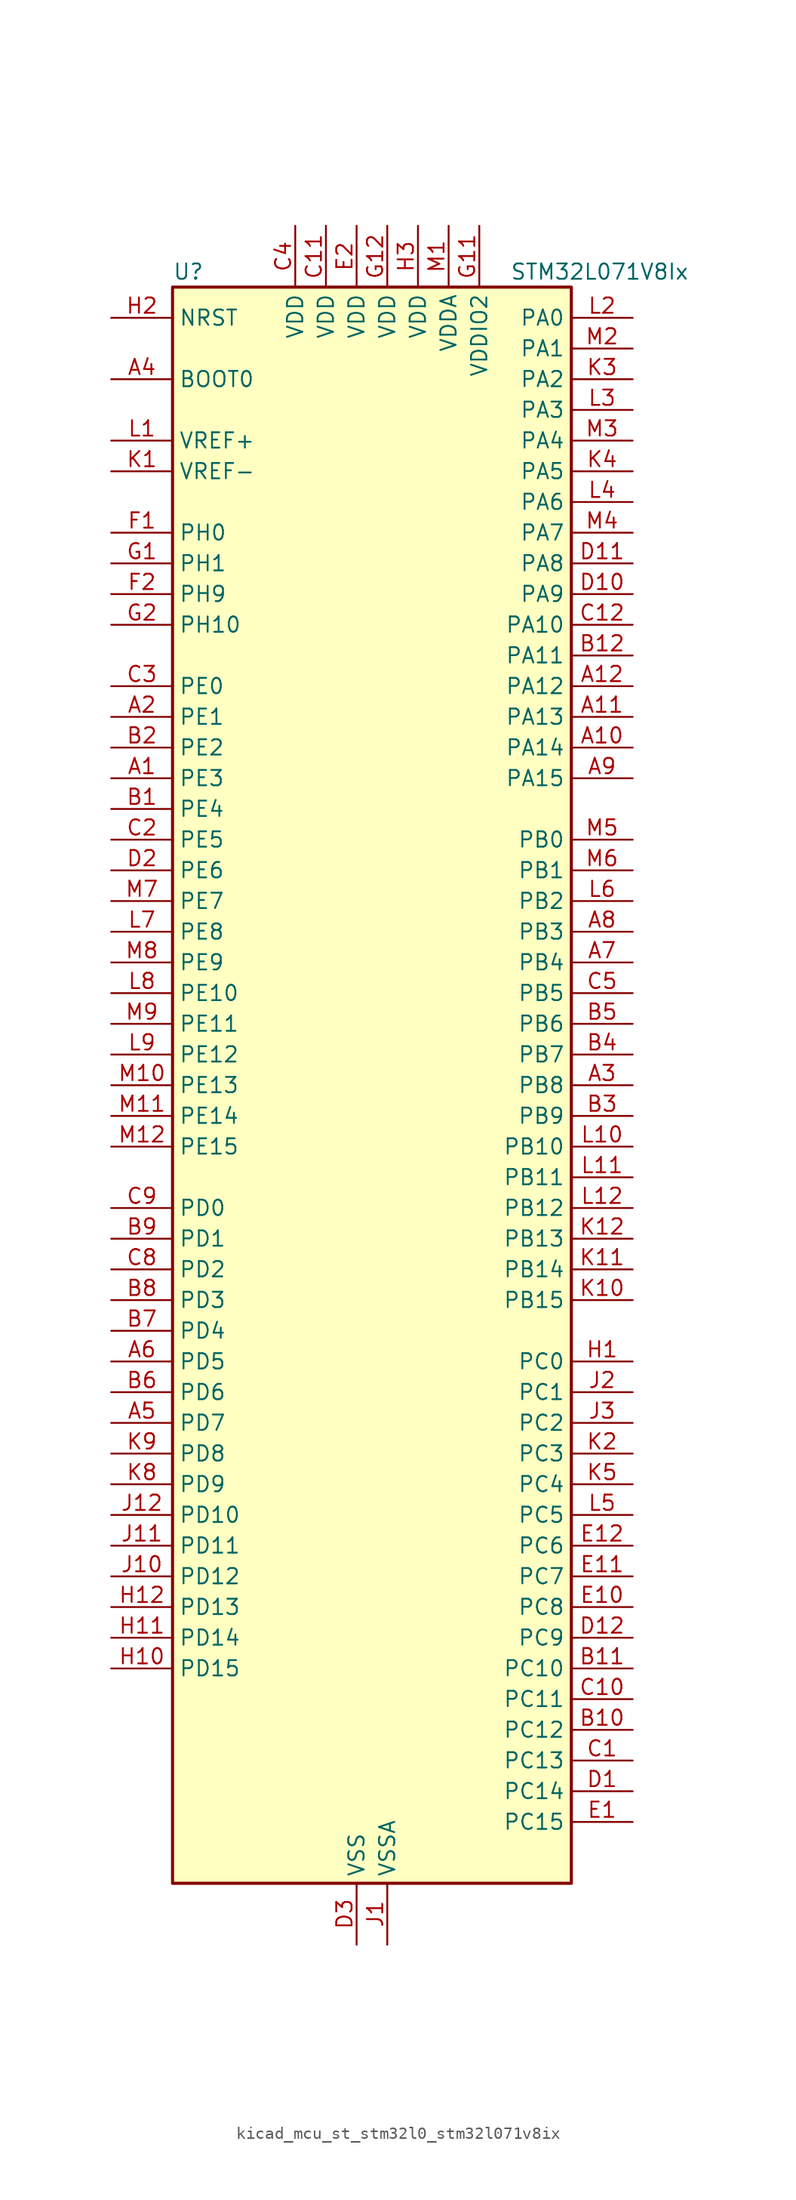
<source format=kicad_sym>
(kicad_symbol_lib
  (version 20220914)
  (generator kicad_symbol_editor)
  (symbol "kicad_mcu_st_stm32l0_stm32l071v8ix"
    (property "Reference" "U"
      (at -15.24 67.31 0)
      (effects (font (size 1.27 1.27)) (justify left)))
    (property "Value" "STM32L071V8Ix"
      (at 12.7 67.31 0)
      (effects (font (size 1.27 1.27)) (justify left)))
    (property "ki_locked" ""
      (at 0 0 0)
      (effects (font (size 1.27 1.27))))
    (symbol "kicad_mcu_st_stm32l0_stm32l071v8ix_0_1"
      (rectangle (start -15.24 -66.04) (end 17.78 66.04) (stroke (width 0.254) (type default)) (fill (type background))))
    (symbol "kicad_mcu_st_stm32l0_stm32l071v8ix_1_1"
      (pin bidirectional line (at -20.32 25.4 0) (length 5.08) (name "PE3" (effects (font (size 1.27 1.27)))) (number "A1" (effects (font (size 1.27 1.27)))) (alternate "TIM22_CH1" bidirectional line) (alternate "TIM3_CH1" bidirectional line))
      (pin bidirectional line (at 22.86 27.94 180) (length 5.08) (name "PA14" (effects (font (size 1.27 1.27)))) (number "A10" (effects (font (size 1.27 1.27)))) (alternate "LPUART1_TX" bidirectional line) (alternate "SYS_SWCLK" bidirectional line) (alternate "USART2_TX" bidirectional line))
      (pin bidirectional line (at 22.86 30.48 180) (length 5.08) (name "PA13" (effects (font (size 1.27 1.27)))) (number "A11" (effects (font (size 1.27 1.27)))) (alternate "LPUART1_RX" bidirectional line) (alternate "SYS_SWDIO" bidirectional line))
      (pin bidirectional line (at 22.86 33.02 180) (length 5.08) (name "PA12" (effects (font (size 1.27 1.27)))) (number "A12" (effects (font (size 1.27 1.27)))) (alternate "COMP2_OUT" bidirectional line) (alternate "SPI1_MOSI" bidirectional line) (alternate "USART1_DE" bidirectional line) (alternate "USART1_RTS" bidirectional line))
      (pin bidirectional line (at -20.32 30.48 0) (length 5.08) (name "PE1" (effects (font (size 1.27 1.27)))) (number "A2" (effects (font (size 1.27 1.27)))))
      (pin bidirectional line (at 22.86 0 180) (length 5.08) (name "PB8" (effects (font (size 1.27 1.27)))) (number "A3" (effects (font (size 1.27 1.27)))) (alternate "I2C1_SCL" bidirectional line))
      (pin input line (at -20.32 58.42 0) (length 5.08) (name "BOOT0" (effects (font (size 1.27 1.27)))) (number "A4" (effects (font (size 1.27 1.27)))))
      (pin bidirectional line (at -20.32 -27.94 0) (length 5.08) (name "PD7" (effects (font (size 1.27 1.27)))) (number "A5" (effects (font (size 1.27 1.27)))) (alternate "TIM21_CH2" bidirectional line) (alternate "USART2_CK" bidirectional line))
      (pin bidirectional line (at -20.32 -22.86 0) (length 5.08) (name "PD5" (effects (font (size 1.27 1.27)))) (number "A6" (effects (font (size 1.27 1.27)))) (alternate "USART2_TX" bidirectional line))
      (pin bidirectional line (at 22.86 10.16 180) (length 5.08) (name "PB4" (effects (font (size 1.27 1.27)))) (number "A7" (effects (font (size 1.27 1.27)))) (alternate "COMP2_INP" bidirectional line) (alternate "I2C3_SDA" bidirectional line) (alternate "SPI1_MISO" bidirectional line) (alternate "TIM22_CH1" bidirectional line) (alternate "TIM3_CH1" bidirectional line) (alternate "USART1_CTS" bidirectional line) (alternate "USART5_RX" bidirectional line))
      (pin bidirectional line (at 22.86 12.7 180) (length 5.08) (name "PB3" (effects (font (size 1.27 1.27)))) (number "A8" (effects (font (size 1.27 1.27)))) (alternate "COMP2_INM" bidirectional line) (alternate "SPI1_SCK" bidirectional line) (alternate "TIM2_CH2" bidirectional line) (alternate "USART1_DE" bidirectional line) (alternate "USART1_RTS" bidirectional line) (alternate "USART5_TX" bidirectional line))
      (pin bidirectional line (at 22.86 25.4 180) (length 5.08) (name "PA15" (effects (font (size 1.27 1.27)))) (number "A9" (effects (font (size 1.27 1.27)))) (alternate "SPI1_NSS" bidirectional line) (alternate "TIM2_CH1" bidirectional line) (alternate "TIM2_ETR" bidirectional line) (alternate "USART2_RX" bidirectional line) (alternate "USART4_DE" bidirectional line) (alternate "USART4_RTS" bidirectional line))
      (pin bidirectional line (at -20.32 22.86 0) (length 5.08) (name "PE4" (effects (font (size 1.27 1.27)))) (number "B1" (effects (font (size 1.27 1.27)))) (alternate "TIM22_CH2" bidirectional line) (alternate "TIM3_CH2" bidirectional line))
      (pin bidirectional line (at 22.86 -53.34 180) (length 5.08) (name "PC12" (effects (font (size 1.27 1.27)))) (number "B10" (effects (font (size 1.27 1.27)))) (alternate "USART4_CK" bidirectional line) (alternate "USART5_TX" bidirectional line))
      (pin bidirectional line (at 22.86 -48.26 180) (length 5.08) (name "PC10" (effects (font (size 1.27 1.27)))) (number "B11" (effects (font (size 1.27 1.27)))) (alternate "LPUART1_TX" bidirectional line) (alternate "USART4_TX" bidirectional line))
      (pin bidirectional line (at 22.86 35.56 180) (length 5.08) (name "PA11" (effects (font (size 1.27 1.27)))) (number "B12" (effects (font (size 1.27 1.27)))) (alternate "ADC_EXTI11" bidirectional line) (alternate "COMP1_OUT" bidirectional line) (alternate "SPI1_MISO" bidirectional line) (alternate "USART1_CTS" bidirectional line))
      (pin bidirectional line (at -20.32 27.94 0) (length 5.08) (name "PE2" (effects (font (size 1.27 1.27)))) (number "B2" (effects (font (size 1.27 1.27)))) (alternate "TIM3_ETR" bidirectional line))
      (pin bidirectional line (at 22.86 -2.54 180) (length 5.08) (name "PB9" (effects (font (size 1.27 1.27)))) (number "B3" (effects (font (size 1.27 1.27)))) (alternate "I2C1_SDA" bidirectional line) (alternate "I2S2_WS" bidirectional line) (alternate "SPI2_NSS" bidirectional line))
      (pin bidirectional line (at 22.86 2.54 180) (length 5.08) (name "PB7" (effects (font (size 1.27 1.27)))) (number "B4" (effects (font (size 1.27 1.27)))) (alternate "COMP2_INP" bidirectional line) (alternate "I2C1_SDA" bidirectional line) (alternate "LPTIM1_IN2" bidirectional line) (alternate "SYS_PVD_IN" bidirectional line) (alternate "USART1_RX" bidirectional line) (alternate "USART4_CTS" bidirectional line))
      (pin bidirectional line (at 22.86 5.08 180) (length 5.08) (name "PB6" (effects (font (size 1.27 1.27)))) (number "B5" (effects (font (size 1.27 1.27)))) (alternate "COMP2_INP" bidirectional line) (alternate "I2C1_SCL" bidirectional line) (alternate "LPTIM1_ETR" bidirectional line) (alternate "USART1_TX" bidirectional line))
      (pin bidirectional line (at -20.32 -25.4 0) (length 5.08) (name "PD6" (effects (font (size 1.27 1.27)))) (number "B6" (effects (font (size 1.27 1.27)))) (alternate "USART2_RX" bidirectional line))
      (pin bidirectional line (at -20.32 -20.32 0) (length 5.08) (name "PD4" (effects (font (size 1.27 1.27)))) (number "B7" (effects (font (size 1.27 1.27)))) (alternate "I2S2_SD" bidirectional line) (alternate "SPI2_MOSI" bidirectional line) (alternate "USART2_DE" bidirectional line) (alternate "USART2_RTS" bidirectional line))
      (pin bidirectional line (at -20.32 -17.78 0) (length 5.08) (name "PD3" (effects (font (size 1.27 1.27)))) (number "B8" (effects (font (size 1.27 1.27)))) (alternate "I2S2_MCK" bidirectional line) (alternate "SPI2_MISO" bidirectional line) (alternate "USART2_CTS" bidirectional line))
      (pin bidirectional line (at -20.32 -12.7 0) (length 5.08) (name "PD1" (effects (font (size 1.27 1.27)))) (number "B9" (effects (font (size 1.27 1.27)))) (alternate "I2S2_CK" bidirectional line) (alternate "SPI2_SCK" bidirectional line))
      (pin bidirectional line (at 22.86 -55.88 180) (length 5.08) (name "PC13" (effects (font (size 1.27 1.27)))) (number "C1" (effects (font (size 1.27 1.27)))) (alternate "RTC_OUT_ALARM" bidirectional line) (alternate "RTC_OUT_CALIB" bidirectional line) (alternate "RTC_TAMP1" bidirectional line) (alternate "RTC_TS" bidirectional line) (alternate "SYS_WKUP2" bidirectional line))
      (pin bidirectional line (at 22.86 -50.8 180) (length 5.08) (name "PC11" (effects (font (size 1.27 1.27)))) (number "C10" (effects (font (size 1.27 1.27)))) (alternate "ADC_EXTI11" bidirectional line) (alternate "LPUART1_RX" bidirectional line) (alternate "USART4_RX" bidirectional line))
      (pin power_in line (at -2.54 71.12 270) (length 5.08) (name "VDD" (effects (font (size 1.27 1.27)))) (number "C11" (effects (font (size 1.27 1.27)))))
      (pin bidirectional line (at 22.86 38.1 180) (length 5.08) (name "PA10" (effects (font (size 1.27 1.27)))) (number "C12" (effects (font (size 1.27 1.27)))) (alternate "I2C1_SDA" bidirectional line) (alternate "USART1_RX" bidirectional line))
      (pin bidirectional line (at -20.32 20.32 0) (length 5.08) (name "PE5" (effects (font (size 1.27 1.27)))) (number "C2" (effects (font (size 1.27 1.27)))) (alternate "TIM21_CH1" bidirectional line) (alternate "TIM3_CH3" bidirectional line))
      (pin bidirectional line (at -20.32 33.02 0) (length 5.08) (name "PE0" (effects (font (size 1.27 1.27)))) (number "C3" (effects (font (size 1.27 1.27)))))
      (pin power_in line (at -5.08 71.12 270) (length 5.08) (name "VDD" (effects (font (size 1.27 1.27)))) (number "C4" (effects (font (size 1.27 1.27)))))
      (pin bidirectional line (at 22.86 7.62 180) (length 5.08) (name "PB5" (effects (font (size 1.27 1.27)))) (number "C5" (effects (font (size 1.27 1.27)))) (alternate "COMP2_INP" bidirectional line) (alternate "I2C1_SMBA" bidirectional line) (alternate "LPTIM1_IN1" bidirectional line) (alternate "SPI1_MOSI" bidirectional line) (alternate "TIM22_CH2" bidirectional line) (alternate "TIM3_CH2" bidirectional line) (alternate "USART1_CK" bidirectional line) (alternate "USART5_CK" bidirectional line) (alternate "USART5_DE" bidirectional line) (alternate "USART5_RTS" bidirectional line))
      (pin bidirectional line (at -20.32 -15.24 0) (length 5.08) (name "PD2" (effects (font (size 1.27 1.27)))) (number "C8" (effects (font (size 1.27 1.27)))) (alternate "LPUART1_DE" bidirectional line) (alternate "LPUART1_RTS" bidirectional line) (alternate "TIM3_ETR" bidirectional line) (alternate "USART5_RX" bidirectional line))
      (pin bidirectional line (at -20.32 -10.16 0) (length 5.08) (name "PD0" (effects (font (size 1.27 1.27)))) (number "C9" (effects (font (size 1.27 1.27)))) (alternate "I2S2_WS" bidirectional line) (alternate "SPI2_NSS" bidirectional line) (alternate "TIM21_CH1" bidirectional line))
      (pin bidirectional line (at 22.86 -58.42 180) (length 5.08) (name "PC14" (effects (font (size 1.27 1.27)))) (number "D1" (effects (font (size 1.27 1.27)))) (alternate "RCC_OSC32_IN" bidirectional line))
      (pin bidirectional line (at 22.86 40.64 180) (length 5.08) (name "PA9" (effects (font (size 1.27 1.27)))) (number "D10" (effects (font (size 1.27 1.27)))) (alternate "I2C1_SCL" bidirectional line) (alternate "I2C3_SMBA" bidirectional line) (alternate "RCC_MCO" bidirectional line) (alternate "USART1_TX" bidirectional line))
      (pin bidirectional line (at 22.86 43.18 180) (length 5.08) (name "PA8" (effects (font (size 1.27 1.27)))) (number "D11" (effects (font (size 1.27 1.27)))) (alternate "I2C3_SCL" bidirectional line) (alternate "RCC_MCO" bidirectional line) (alternate "USART1_CK" bidirectional line))
      (pin bidirectional line (at 22.86 -45.72 180) (length 5.08) (name "PC9" (effects (font (size 1.27 1.27)))) (number "D12" (effects (font (size 1.27 1.27)))) (alternate "I2C3_SDA" bidirectional line) (alternate "TIM21_ETR" bidirectional line) (alternate "TIM3_CH4" bidirectional line))
      (pin bidirectional line (at -20.32 17.78 0) (length 5.08) (name "PE6" (effects (font (size 1.27 1.27)))) (number "D2" (effects (font (size 1.27 1.27)))) (alternate "RTC_TAMP3" bidirectional line) (alternate "SYS_WKUP3" bidirectional line) (alternate "TIM21_CH2" bidirectional line) (alternate "TIM3_CH4" bidirectional line))
      (pin power_in line (at 0 -71.12 90) (length 5.08) (name "VSS" (effects (font (size 1.27 1.27)))) (number "D3" (effects (font (size 1.27 1.27)))))
      (pin bidirectional line (at 22.86 -60.96 180) (length 5.08) (name "PC15" (effects (font (size 1.27 1.27)))) (number "E1" (effects (font (size 1.27 1.27)))) (alternate "RCC_OSC32_OUT" bidirectional line))
      (pin bidirectional line (at 22.86 -43.18 180) (length 5.08) (name "PC8" (effects (font (size 1.27 1.27)))) (number "E10" (effects (font (size 1.27 1.27)))) (alternate "TIM22_ETR" bidirectional line) (alternate "TIM3_CH3" bidirectional line))
      (pin bidirectional line (at 22.86 -40.64 180) (length 5.08) (name "PC7" (effects (font (size 1.27 1.27)))) (number "E11" (effects (font (size 1.27 1.27)))) (alternate "TIM22_CH2" bidirectional line) (alternate "TIM3_CH2" bidirectional line))
      (pin bidirectional line (at 22.86 -38.1 180) (length 5.08) (name "PC6" (effects (font (size 1.27 1.27)))) (number "E12" (effects (font (size 1.27 1.27)))) (alternate "TIM22_CH1" bidirectional line) (alternate "TIM3_CH1" bidirectional line))
      (pin power_in line (at 0 71.12 270) (length 5.08) (name "VDD" (effects (font (size 1.27 1.27)))) (number "E2" (effects (font (size 1.27 1.27)))))
      (pin passive line (at 0 -71.12 90) (length 5.08) hide (name "VSS" (effects (font (size 1.27 1.27)))) (number "E3" (effects (font (size 1.27 1.27)))))
      (pin bidirectional line (at -20.32 45.72 0) (length 5.08) (name "PH0" (effects (font (size 1.27 1.27)))) (number "F1" (effects (font (size 1.27 1.27)))) (alternate "RCC_OSC_IN" bidirectional line))
      (pin passive line (at 0 -71.12 90) (length 5.08) hide (name "VSS" (effects (font (size 1.27 1.27)))) (number "F11" (effects (font (size 1.27 1.27)))))
      (pin passive line (at 0 -71.12 90) (length 5.08) hide (name "VSS" (effects (font (size 1.27 1.27)))) (number "F12" (effects (font (size 1.27 1.27)))))
      (pin bidirectional line (at -20.32 40.64 0) (length 5.08) (name "PH9" (effects (font (size 1.27 1.27)))) (number "F2" (effects (font (size 1.27 1.27)))))
      (pin bidirectional line (at -20.32 43.18 0) (length 5.08) (name "PH1" (effects (font (size 1.27 1.27)))) (number "G1" (effects (font (size 1.27 1.27)))) (alternate "RCC_OSC_OUT" bidirectional line))
      (pin power_in line (at 10.16 71.12 270) (length 5.08) (name "VDDIO2" (effects (font (size 1.27 1.27)))) (number "G11" (effects (font (size 1.27 1.27)))))
      (pin power_in line (at 2.54 71.12 270) (length 5.08) (name "VDD" (effects (font (size 1.27 1.27)))) (number "G12" (effects (font (size 1.27 1.27)))))
      (pin bidirectional line (at -20.32 38.1 0) (length 5.08) (name "PH10" (effects (font (size 1.27 1.27)))) (number "G2" (effects (font (size 1.27 1.27)))))
      (pin bidirectional line (at 22.86 -22.86 180) (length 5.08) (name "PC0" (effects (font (size 1.27 1.27)))) (number "H1" (effects (font (size 1.27 1.27)))) (alternate "ADC_IN10" bidirectional line) (alternate "I2C3_SCL" bidirectional line) (alternate "LPTIM1_IN1" bidirectional line) (alternate "LPUART1_RX" bidirectional line))
      (pin bidirectional line (at -20.32 -48.26 0) (length 5.08) (name "PD15" (effects (font (size 1.27 1.27)))) (number "H10" (effects (font (size 1.27 1.27)))))
      (pin bidirectional line (at -20.32 -45.72 0) (length 5.08) (name "PD14" (effects (font (size 1.27 1.27)))) (number "H11" (effects (font (size 1.27 1.27)))))
      (pin bidirectional line (at -20.32 -43.18 0) (length 5.08) (name "PD13" (effects (font (size 1.27 1.27)))) (number "H12" (effects (font (size 1.27 1.27)))))
      (pin input line (at -20.32 63.5 0) (length 5.08) (name "NRST" (effects (font (size 1.27 1.27)))) (number "H2" (effects (font (size 1.27 1.27)))))
      (pin power_in line (at 5.08 71.12 270) (length 5.08) (name "VDD" (effects (font (size 1.27 1.27)))) (number "H3" (effects (font (size 1.27 1.27)))))
      (pin power_in line (at 2.54 -71.12 90) (length 5.08) (name "VSSA" (effects (font (size 1.27 1.27)))) (number "J1" (effects (font (size 1.27 1.27)))))
      (pin bidirectional line (at -20.32 -40.64 0) (length 5.08) (name "PD12" (effects (font (size 1.27 1.27)))) (number "J10" (effects (font (size 1.27 1.27)))) (alternate "LPUART1_DE" bidirectional line) (alternate "LPUART1_RTS" bidirectional line))
      (pin bidirectional line (at -20.32 -38.1 0) (length 5.08) (name "PD11" (effects (font (size 1.27 1.27)))) (number "J11" (effects (font (size 1.27 1.27)))) (alternate "ADC_EXTI11" bidirectional line) (alternate "LPUART1_CTS" bidirectional line))
      (pin bidirectional line (at -20.32 -35.56 0) (length 5.08) (name "PD10" (effects (font (size 1.27 1.27)))) (number "J12" (effects (font (size 1.27 1.27)))))
      (pin bidirectional line (at 22.86 -25.4 180) (length 5.08) (name "PC1" (effects (font (size 1.27 1.27)))) (number "J2" (effects (font (size 1.27 1.27)))) (alternate "ADC_IN11" bidirectional line) (alternate "I2C3_SDA" bidirectional line) (alternate "LPTIM1_OUT" bidirectional line) (alternate "LPUART1_TX" bidirectional line))
      (pin bidirectional line (at 22.86 -27.94 180) (length 5.08) (name "PC2" (effects (font (size 1.27 1.27)))) (number "J3" (effects (font (size 1.27 1.27)))) (alternate "ADC_IN12" bidirectional line) (alternate "I2S2_MCK" bidirectional line) (alternate "LPTIM1_IN2" bidirectional line) (alternate "SPI2_MISO" bidirectional line))
      (pin input line (at -20.32 50.8 0) (length 5.08) (name "VREF-" (effects (font (size 1.27 1.27)))) (number "K1" (effects (font (size 1.27 1.27)))))
      (pin bidirectional line (at 22.86 -17.78 180) (length 5.08) (name "PB15" (effects (font (size 1.27 1.27)))) (number "K10" (effects (font (size 1.27 1.27)))) (alternate "I2S2_SD" bidirectional line) (alternate "RTC_REFIN" bidirectional line) (alternate "SPI2_MOSI" bidirectional line))
      (pin bidirectional line (at 22.86 -15.24 180) (length 5.08) (name "PB14" (effects (font (size 1.27 1.27)))) (number "K11" (effects (font (size 1.27 1.27)))) (alternate "I2C2_SDA" bidirectional line) (alternate "I2S2_MCK" bidirectional line) (alternate "LPUART1_DE" bidirectional line) (alternate "LPUART1_RTS" bidirectional line) (alternate "RTC_OUT_ALARM" bidirectional line) (alternate "RTC_OUT_CALIB" bidirectional line) (alternate "SPI2_MISO" bidirectional line) (alternate "TIM21_CH2" bidirectional line))
      (pin bidirectional line (at 22.86 -12.7 180) (length 5.08) (name "PB13" (effects (font (size 1.27 1.27)))) (number "K12" (effects (font (size 1.27 1.27)))) (alternate "I2C2_SCL" bidirectional line) (alternate "I2S2_CK" bidirectional line) (alternate "LPUART1_CTS" bidirectional line) (alternate "RCC_MCO" bidirectional line) (alternate "SPI2_SCK" bidirectional line) (alternate "TIM21_CH1" bidirectional line))
      (pin bidirectional line (at 22.86 -30.48 180) (length 5.08) (name "PC3" (effects (font (size 1.27 1.27)))) (number "K2" (effects (font (size 1.27 1.27)))) (alternate "ADC_IN13" bidirectional line) (alternate "I2S2_SD" bidirectional line) (alternate "LPTIM1_ETR" bidirectional line) (alternate "SPI2_MOSI" bidirectional line))
      (pin bidirectional line (at 22.86 58.42 180) (length 5.08) (name "PA2" (effects (font (size 1.27 1.27)))) (number "K3" (effects (font (size 1.27 1.27)))) (alternate "ADC_IN2" bidirectional line) (alternate "COMP2_INM" bidirectional line) (alternate "COMP2_OUT" bidirectional line) (alternate "LPUART1_TX" bidirectional line) (alternate "TIM21_CH1" bidirectional line) (alternate "TIM2_CH3" bidirectional line) (alternate "USART2_TX" bidirectional line))
      (pin bidirectional line (at 22.86 50.8 180) (length 5.08) (name "PA5" (effects (font (size 1.27 1.27)))) (number "K4" (effects (font (size 1.27 1.27)))) (alternate "ADC_IN5" bidirectional line) (alternate "COMP1_INM" bidirectional line) (alternate "COMP2_INM" bidirectional line) (alternate "SPI1_SCK" bidirectional line) (alternate "TIM2_CH1" bidirectional line) (alternate "TIM2_ETR" bidirectional line))
      (pin bidirectional line (at 22.86 -33.02 180) (length 5.08) (name "PC4" (effects (font (size 1.27 1.27)))) (number "K5" (effects (font (size 1.27 1.27)))) (alternate "ADC_IN14" bidirectional line) (alternate "LPUART1_TX" bidirectional line))
      (pin bidirectional line (at -20.32 -33.02 0) (length 5.08) (name "PD9" (effects (font (size 1.27 1.27)))) (number "K8" (effects (font (size 1.27 1.27)))) (alternate "LPUART1_RX" bidirectional line))
      (pin bidirectional line (at -20.32 -30.48 0) (length 5.08) (name "PD8" (effects (font (size 1.27 1.27)))) (number "K9" (effects (font (size 1.27 1.27)))) (alternate "LPUART1_TX" bidirectional line))
      (pin input line (at -20.32 53.34 0) (length 5.08) (name "VREF+" (effects (font (size 1.27 1.27)))) (number "L1" (effects (font (size 1.27 1.27)))))
      (pin bidirectional line (at 22.86 -5.08 180) (length 5.08) (name "PB10" (effects (font (size 1.27 1.27)))) (number "L10" (effects (font (size 1.27 1.27)))) (alternate "I2C2_SCL" bidirectional line) (alternate "LPUART1_RX" bidirectional line) (alternate "LPUART1_TX" bidirectional line) (alternate "SPI2_SCK" bidirectional line) (alternate "TIM2_CH3" bidirectional line))
      (pin bidirectional line (at 22.86 -7.62 180) (length 5.08) (name "PB11" (effects (font (size 1.27 1.27)))) (number "L11" (effects (font (size 1.27 1.27)))) (alternate "ADC_EXTI11" bidirectional line) (alternate "I2C2_SDA" bidirectional line) (alternate "LPUART1_RX" bidirectional line) (alternate "LPUART1_TX" bidirectional line) (alternate "TIM2_CH4" bidirectional line))
      (pin bidirectional line (at 22.86 -10.16 180) (length 5.08) (name "PB12" (effects (font (size 1.27 1.27)))) (number "L12" (effects (font (size 1.27 1.27)))) (alternate "I2S2_WS" bidirectional line) (alternate "LPUART1_DE" bidirectional line) (alternate "LPUART1_RTS" bidirectional line) (alternate "SPI2_NSS" bidirectional line))
      (pin bidirectional line (at 22.86 63.5 180) (length 5.08) (name "PA0" (effects (font (size 1.27 1.27)))) (number "L2" (effects (font (size 1.27 1.27)))) (alternate "ADC_IN0" bidirectional line) (alternate "COMP1_INM" bidirectional line) (alternate "COMP1_OUT" bidirectional line) (alternate "RTC_TAMP2" bidirectional line) (alternate "SYS_WKUP1" bidirectional line) (alternate "TIM2_CH1" bidirectional line) (alternate "TIM2_ETR" bidirectional line) (alternate "USART2_CTS" bidirectional line) (alternate "USART4_TX" bidirectional line))
      (pin bidirectional line (at 22.86 55.88 180) (length 5.08) (name "PA3" (effects (font (size 1.27 1.27)))) (number "L3" (effects (font (size 1.27 1.27)))) (alternate "ADC_IN3" bidirectional line) (alternate "COMP2_INP" bidirectional line) (alternate "LPUART1_RX" bidirectional line) (alternate "TIM21_CH2" bidirectional line) (alternate "TIM2_CH4" bidirectional line) (alternate "USART2_RX" bidirectional line))
      (pin bidirectional line (at 22.86 48.26 180) (length 5.08) (name "PA6" (effects (font (size 1.27 1.27)))) (number "L4" (effects (font (size 1.27 1.27)))) (alternate "ADC_IN6" bidirectional line) (alternate "COMP1_OUT" bidirectional line) (alternate "LPUART1_CTS" bidirectional line) (alternate "SPI1_MISO" bidirectional line) (alternate "TIM22_CH1" bidirectional line) (alternate "TIM3_CH1" bidirectional line))
      (pin bidirectional line (at 22.86 -35.56 180) (length 5.08) (name "PC5" (effects (font (size 1.27 1.27)))) (number "L5" (effects (font (size 1.27 1.27)))) (alternate "ADC_IN15" bidirectional line) (alternate "LPUART1_RX" bidirectional line))
      (pin bidirectional line (at 22.86 15.24 180) (length 5.08) (name "PB2" (effects (font (size 1.27 1.27)))) (number "L6" (effects (font (size 1.27 1.27)))) (alternate "I2C3_SMBA" bidirectional line) (alternate "LPTIM1_OUT" bidirectional line))
      (pin bidirectional line (at -20.32 12.7 0) (length 5.08) (name "PE8" (effects (font (size 1.27 1.27)))) (number "L7" (effects (font (size 1.27 1.27)))) (alternate "USART4_TX" bidirectional line))
      (pin bidirectional line (at -20.32 7.62 0) (length 5.08) (name "PE10" (effects (font (size 1.27 1.27)))) (number "L8" (effects (font (size 1.27 1.27)))) (alternate "TIM2_CH2" bidirectional line) (alternate "USART5_TX" bidirectional line))
      (pin bidirectional line (at -20.32 2.54 0) (length 5.08) (name "PE12" (effects (font (size 1.27 1.27)))) (number "L9" (effects (font (size 1.27 1.27)))) (alternate "SPI1_NSS" bidirectional line) (alternate "TIM2_CH4" bidirectional line))
      (pin power_in line (at 7.62 71.12 270) (length 5.08) (name "VDDA" (effects (font (size 1.27 1.27)))) (number "M1" (effects (font (size 1.27 1.27)))))
      (pin bidirectional line (at -20.32 0 0) (length 5.08) (name "PE13" (effects (font (size 1.27 1.27)))) (number "M10" (effects (font (size 1.27 1.27)))) (alternate "SPI1_SCK" bidirectional line))
      (pin bidirectional line (at -20.32 -2.54 0) (length 5.08) (name "PE14" (effects (font (size 1.27 1.27)))) (number "M11" (effects (font (size 1.27 1.27)))) (alternate "SPI1_MISO" bidirectional line))
      (pin bidirectional line (at -20.32 -5.08 0) (length 5.08) (name "PE15" (effects (font (size 1.27 1.27)))) (number "M12" (effects (font (size 1.27 1.27)))) (alternate "SPI1_MOSI" bidirectional line))
      (pin bidirectional line (at 22.86 60.96 180) (length 5.08) (name "PA1" (effects (font (size 1.27 1.27)))) (number "M2" (effects (font (size 1.27 1.27)))) (alternate "ADC_IN1" bidirectional line) (alternate "COMP1_INP" bidirectional line) (alternate "TIM21_ETR" bidirectional line) (alternate "TIM2_CH2" bidirectional line) (alternate "USART2_DE" bidirectional line) (alternate "USART2_RTS" bidirectional line) (alternate "USART4_RX" bidirectional line))
      (pin bidirectional line (at 22.86 53.34 180) (length 5.08) (name "PA4" (effects (font (size 1.27 1.27)))) (number "M3" (effects (font (size 1.27 1.27)))) (alternate "ADC_IN4" bidirectional line) (alternate "COMP1_INM" bidirectional line) (alternate "COMP2_INM" bidirectional line) (alternate "SPI1_NSS" bidirectional line) (alternate "TIM22_ETR" bidirectional line) (alternate "USART2_CK" bidirectional line))
      (pin bidirectional line (at 22.86 45.72 180) (length 5.08) (name "PA7" (effects (font (size 1.27 1.27)))) (number "M4" (effects (font (size 1.27 1.27)))) (alternate "ADC_IN7" bidirectional line) (alternate "COMP2_OUT" bidirectional line) (alternate "SPI1_MOSI" bidirectional line) (alternate "TIM22_CH2" bidirectional line) (alternate "TIM3_CH2" bidirectional line))
      (pin bidirectional line (at 22.86 20.32 180) (length 5.08) (name "PB0" (effects (font (size 1.27 1.27)))) (number "M5" (effects (font (size 1.27 1.27)))) (alternate "ADC_IN8" bidirectional line) (alternate "SYS_VREF_OUT_PB0" bidirectional line) (alternate "TIM3_CH3" bidirectional line))
      (pin bidirectional line (at 22.86 17.78 180) (length 5.08) (name "PB1" (effects (font (size 1.27 1.27)))) (number "M6" (effects (font (size 1.27 1.27)))) (alternate "ADC_IN9" bidirectional line) (alternate "LPUART1_DE" bidirectional line) (alternate "LPUART1_RTS" bidirectional line) (alternate "SYS_VREF_OUT_PB1" bidirectional line) (alternate "TIM3_CH4" bidirectional line))
      (pin bidirectional line (at -20.32 15.24 0) (length 5.08) (name "PE7" (effects (font (size 1.27 1.27)))) (number "M7" (effects (font (size 1.27 1.27)))) (alternate "USART5_CK" bidirectional line) (alternate "USART5_DE" bidirectional line) (alternate "USART5_RTS" bidirectional line))
      (pin bidirectional line (at -20.32 10.16 0) (length 5.08) (name "PE9" (effects (font (size 1.27 1.27)))) (number "M8" (effects (font (size 1.27 1.27)))) (alternate "TIM2_CH1" bidirectional line) (alternate "TIM2_ETR" bidirectional line) (alternate "USART4_RX" bidirectional line))
      (pin bidirectional line (at -20.32 5.08 0) (length 5.08) (name "PE11" (effects (font (size 1.27 1.27)))) (number "M9" (effects (font (size 1.27 1.27)))) (alternate "ADC_EXTI11" bidirectional line) (alternate "TIM2_CH3" bidirectional line) (alternate "USART5_RX" bidirectional line)))))
</source>
